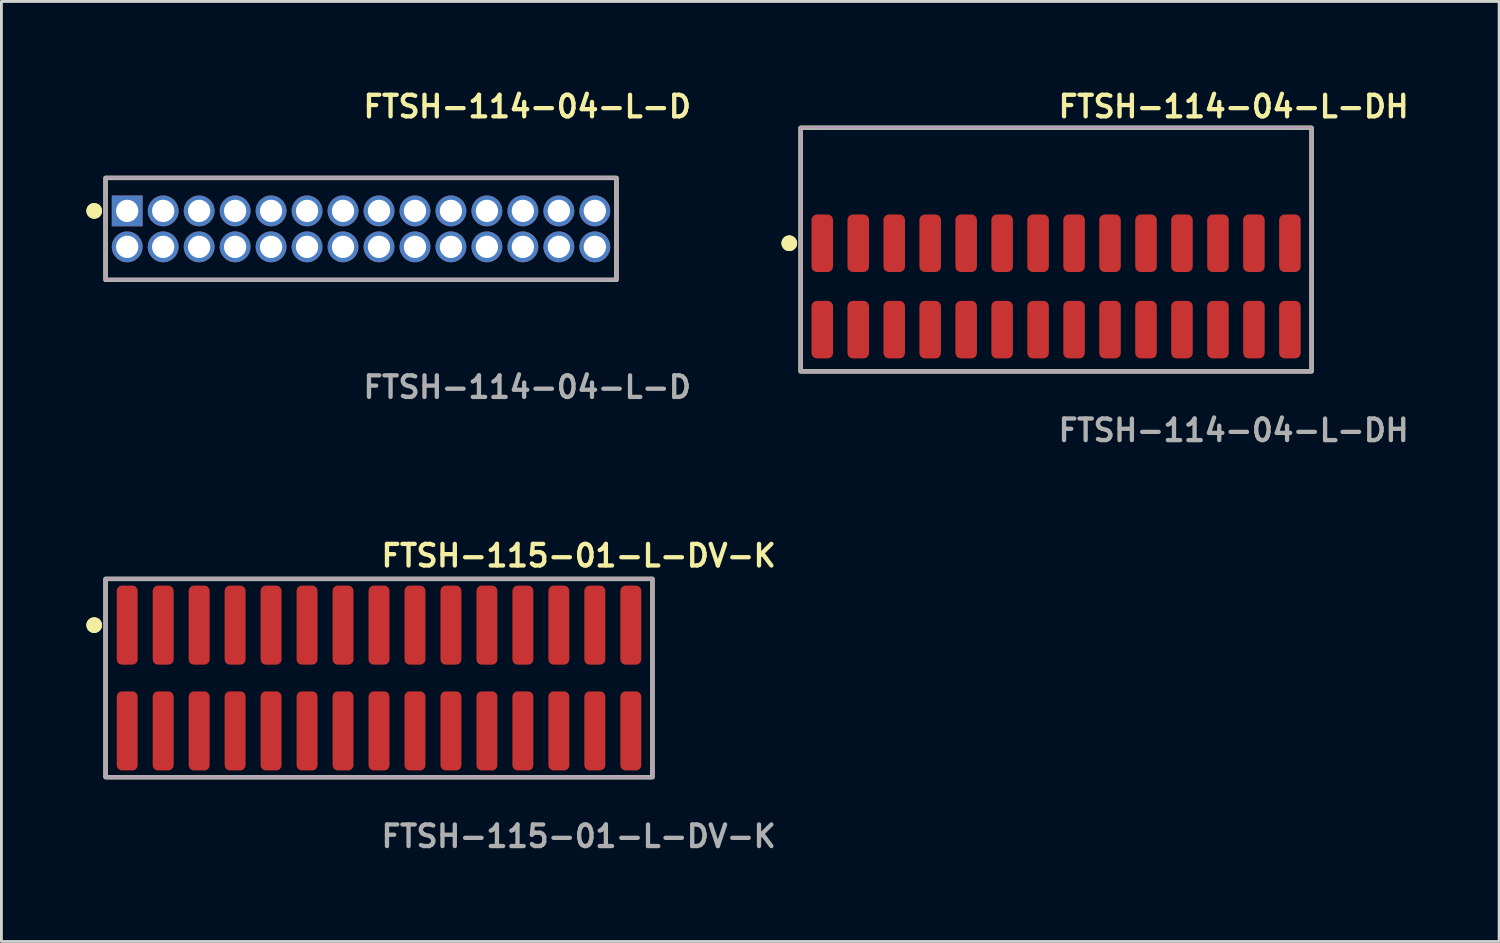
<source format=kicad_pcb>
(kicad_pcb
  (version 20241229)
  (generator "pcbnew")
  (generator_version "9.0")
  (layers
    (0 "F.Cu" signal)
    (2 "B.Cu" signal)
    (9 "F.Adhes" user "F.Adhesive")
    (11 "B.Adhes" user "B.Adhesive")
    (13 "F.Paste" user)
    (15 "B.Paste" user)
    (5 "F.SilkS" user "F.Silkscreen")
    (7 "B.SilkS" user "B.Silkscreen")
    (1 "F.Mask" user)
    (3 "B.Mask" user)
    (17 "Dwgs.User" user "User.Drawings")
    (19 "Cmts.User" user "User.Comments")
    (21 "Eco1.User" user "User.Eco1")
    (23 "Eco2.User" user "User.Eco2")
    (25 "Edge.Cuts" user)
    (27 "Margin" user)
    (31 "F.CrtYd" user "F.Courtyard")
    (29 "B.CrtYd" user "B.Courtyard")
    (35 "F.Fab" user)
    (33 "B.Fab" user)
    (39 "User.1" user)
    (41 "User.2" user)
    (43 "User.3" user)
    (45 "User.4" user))
  (footprint "FTSH-114-04-L-D"
    (layer "F.Cu")
    (at 9.696 5.031)
    (property "Reference" "FTSH-114-04-L-D" (at 0 -4.318 0) (unlocked yes) (layer "F.SilkS") (effects (font (size 0.762 0.762) (thickness 0.152)) (justify left)))
    (fp_rect (start -9.02 1.8) (end 9.02 -1.8) (stroke (width 0.152) (type solid)) (fill no) (layer "F.SilkS"))
    (fp_circle (center -9.42 -0.635) (end -9.62 -0.635) (stroke (width 0.152) (type solid)) (fill yes) (layer "F.SilkS"))
    (fp_circle (center -9.42 -0.635) (end -9.62 -0.635) (stroke (width 0.152) (type solid)) (fill yes) (layer "F.SilkS"))
    (fp_rect (start -9.02 1.8) (end 9.02 -1.8) (stroke (width 0.006) (type solid)) (fill no) (layer "F.CrtYd"))
    (fp_rect (start -9.02 1.8) (end 9.02 -1.8) (stroke (width 0.152) (type solid)) (fill no) (layer "F.Fab"))
    (fp_text user "${REFERENCE}" (at 0 5.588 0) (unlocked yes) (layer "F.Fab") (effects (font (size 0.762 0.762) (thickness 0.152)) (justify left)))
    (pad "1" thru_hole rect (at -8.255 -0.635) (size 1.087 1.087) (drill 0.787) (layers "*.Cu" "*.Mask"))
    (pad "2" thru_hole circle (at -8.255 0.635) (size 1.087 1.087) (drill 0.787) (layers "*.Cu" "*.Mask"))
    (pad "3" thru_hole circle (at -6.985 -0.635) (size 1.087 1.087) (drill 0.787) (layers "*.Cu" "*.Mask"))
    (pad "4" thru_hole circle (at -6.985 0.635) (size 1.087 1.087) (drill 0.787) (layers "*.Cu" "*.Mask"))
    (pad "5" thru_hole circle (at -5.715 -0.635) (size 1.087 1.087) (drill 0.787) (layers "*.Cu" "*.Mask"))
    (pad "6" thru_hole circle (at -5.715 0.635) (size 1.087 1.087) (drill 0.787) (layers "*.Cu" "*.Mask"))
    (pad "7" thru_hole circle (at -4.445 -0.635) (size 1.087 1.087) (drill 0.787) (layers "*.Cu" "*.Mask"))
    (pad "8" thru_hole circle (at -4.445 0.635) (size 1.087 1.087) (drill 0.787) (layers "*.Cu" "*.Mask"))
    (pad "9" thru_hole circle (at -3.175 -0.635) (size 1.087 1.087) (drill 0.787) (layers "*.Cu" "*.Mask"))
    (pad "10" thru_hole circle (at -3.175 0.635) (size 1.087 1.087) (drill 0.787) (layers "*.Cu" "*.Mask"))
    (pad "11" thru_hole circle (at -1.905 -0.635) (size 1.087 1.087) (drill 0.787) (layers "*.Cu" "*.Mask"))
    (pad "12" thru_hole circle (at -1.905 0.635) (size 1.087 1.087) (drill 0.787) (layers "*.Cu" "*.Mask"))
    (pad "13" thru_hole circle (at -0.635 -0.635) (size 1.087 1.087) (drill 0.787) (layers "*.Cu" "*.Mask"))
    (pad "14" thru_hole circle (at -0.635 0.635) (size 1.087 1.087) (drill 0.787) (layers "*.Cu" "*.Mask"))
    (pad "15" thru_hole circle (at 0.635 -0.635) (size 1.087 1.087) (drill 0.787) (layers "*.Cu" "*.Mask"))
    (pad "16" thru_hole circle (at 0.635 0.635) (size 1.087 1.087) (drill 0.787) (layers "*.Cu" "*.Mask"))
    (pad "17" thru_hole circle (at 1.905 -0.635) (size 1.087 1.087) (drill 0.787) (layers "*.Cu" "*.Mask"))
    (pad "18" thru_hole circle (at 1.905 0.635) (size 1.087 1.087) (drill 0.787) (layers "*.Cu" "*.Mask"))
    (pad "19" thru_hole circle (at 3.175 -0.635) (size 1.087 1.087) (drill 0.787) (layers "*.Cu" "*.Mask"))
    (pad "20" thru_hole circle (at 3.175 0.635) (size 1.087 1.087) (drill 0.787) (layers "*.Cu" "*.Mask"))
    (pad "21" thru_hole circle (at 4.445 -0.635) (size 1.087 1.087) (drill 0.787) (layers "*.Cu" "*.Mask"))
    (pad "22" thru_hole circle (at 4.445 0.635) (size 1.087 1.087) (drill 0.787) (layers "*.Cu" "*.Mask"))
    (pad "23" thru_hole circle (at 5.715 -0.635) (size 1.087 1.087) (drill 0.787) (layers "*.Cu" "*.Mask"))
    (pad "24" thru_hole circle (at 5.715 0.635) (size 1.087 1.087) (drill 0.787) (layers "*.Cu" "*.Mask"))
    (pad "25" thru_hole circle (at 6.985 -0.635) (size 1.087 1.087) (drill 0.787) (layers "*.Cu" "*.Mask"))
    (pad "26" thru_hole circle (at 6.985 0.635) (size 1.087 1.087) (drill 0.787) (layers "*.Cu" "*.Mask"))
    (pad "27" thru_hole circle (at 8.255 -0.635) (size 1.087 1.087) (drill 0.787) (layers "*.Cu" "*.Mask"))
    (pad "28" thru_hole circle (at 8.255 0.635) (size 1.087 1.087) (drill 0.787) (layers "*.Cu" "*.Mask")))
  (footprint "FTSH-115-01-L-DV-K"
    (layer "F.Cu")
    (at 10.331 20.888)
    (property "Reference" "FTSH-115-01-L-DV-K" (at 0 -4.318 0) (unlocked yes) (layer "F.SilkS") (effects (font (size 0.762 0.762) (thickness 0.152)) (justify left)))
    (fp_rect (start -9.655 3.5) (end 9.655 -3.5) (stroke (width 0.152) (type solid)) (fill no) (layer "F.SilkS"))
    (fp_circle (center -10.055 -1.867) (end -10.255 -1.867) (stroke (width 0.152) (type solid)) (fill yes) (layer "F.SilkS"))
    (fp_circle (center -10.055 -1.867) (end -10.255 -1.867) (stroke (width 0.152) (type solid)) (fill yes) (layer "F.SilkS"))
    (fp_rect (start -9.655 3.5) (end 9.655 -3.5) (stroke (width 0.006) (type solid)) (fill no) (layer "F.CrtYd"))
    (fp_rect (start -9.655 3.5) (end 9.655 -3.5) (stroke (width 0.152) (type solid)) (fill no) (layer "F.Fab"))
    (fp_text user "${REFERENCE}" (at 0 5.588 0) (unlocked yes) (layer "F.Fab") (effects (font (size 0.762 0.762) (thickness 0.152)) (justify left)))
    (pad "1" smd roundrect (at -8.89 -1.867) (size 0.74 2.79) (layers "F.Cu" "F.Paste") (roundrect_rratio 0.25))
    (pad "2" smd roundrect (at -8.89 1.867) (size 0.74 2.79) (layers "F.Cu" "F.Paste") (roundrect_rratio 0.25))
    (pad "3" smd roundrect (at -7.62 -1.867) (size 0.74 2.79) (layers "F.Cu" "F.Paste") (roundrect_rratio 0.25))
    (pad "4" smd roundrect (at -7.62 1.867) (size 0.74 2.79) (layers "F.Cu" "F.Paste") (roundrect_rratio 0.25))
    (pad "5" smd roundrect (at -6.35 -1.867) (size 0.74 2.79) (layers "F.Cu" "F.Paste") (roundrect_rratio 0.25))
    (pad "6" smd roundrect (at -6.35 1.867) (size 0.74 2.79) (layers "F.Cu" "F.Paste") (roundrect_rratio 0.25))
    (pad "7" smd roundrect (at -5.08 -1.867) (size 0.74 2.79) (layers "F.Cu" "F.Paste") (roundrect_rratio 0.25))
    (pad "8" smd roundrect (at -5.08 1.867) (size 0.74 2.79) (layers "F.Cu" "F.Paste") (roundrect_rratio 0.25))
    (pad "9" smd roundrect (at -3.81 -1.867) (size 0.74 2.79) (layers "F.Cu" "F.Paste") (roundrect_rratio 0.25))
    (pad "10" smd roundrect (at -3.81 1.867) (size 0.74 2.79) (layers "F.Cu" "F.Paste") (roundrect_rratio 0.25))
    (pad "11" smd roundrect (at -2.54 -1.867) (size 0.74 2.79) (layers "F.Cu" "F.Paste") (roundrect_rratio 0.25))
    (pad "12" smd roundrect (at -2.54 1.867) (size 0.74 2.79) (layers "F.Cu" "F.Paste") (roundrect_rratio 0.25))
    (pad "13" smd roundrect (at -1.27 -1.867) (size 0.74 2.79) (layers "F.Cu" "F.Paste") (roundrect_rratio 0.25))
    (pad "14" smd roundrect (at -1.27 1.867) (size 0.74 2.79) (layers "F.Cu" "F.Paste") (roundrect_rratio 0.25))
    (pad "15" smd roundrect (at 0 -1.867) (size 0.74 2.79) (layers "F.Cu" "F.Paste") (roundrect_rratio 0.25))
    (pad "16" smd roundrect (at 0 1.867) (size 0.74 2.79) (layers "F.Cu" "F.Paste") (roundrect_rratio 0.25))
    (pad "17" smd roundrect (at 1.27 -1.867) (size 0.74 2.79) (layers "F.Cu" "F.Paste") (roundrect_rratio 0.25))
    (pad "18" smd roundrect (at 1.27 1.867) (size 0.74 2.79) (layers "F.Cu" "F.Paste") (roundrect_rratio 0.25))
    (pad "19" smd roundrect (at 2.54 -1.867) (size 0.74 2.79) (layers "F.Cu" "F.Paste") (roundrect_rratio 0.25))
    (pad "20" smd roundrect (at 2.54 1.867) (size 0.74 2.79) (layers "F.Cu" "F.Paste") (roundrect_rratio 0.25))
    (pad "21" smd roundrect (at 3.81 -1.867) (size 0.74 2.79) (layers "F.Cu" "F.Paste") (roundrect_rratio 0.25))
    (pad "22" smd roundrect (at 3.81 1.867) (size 0.74 2.79) (layers "F.Cu" "F.Paste") (roundrect_rratio 0.25))
    (pad "23" smd roundrect (at 5.08 -1.867) (size 0.74 2.79) (layers "F.Cu" "F.Paste") (roundrect_rratio 0.25))
    (pad "24" smd roundrect (at 5.08 1.867) (size 0.74 2.79) (layers "F.Cu" "F.Paste") (roundrect_rratio 0.25))
    (pad "25" smd roundrect (at 6.35 -1.867) (size 0.74 2.79) (layers "F.Cu" "F.Paste") (roundrect_rratio 0.25))
    (pad "26" smd roundrect (at 6.35 1.867) (size 0.74 2.79) (layers "F.Cu" "F.Paste") (roundrect_rratio 0.25))
    (pad "27" smd roundrect (at 7.62 -1.867) (size 0.74 2.79) (layers "F.Cu" "F.Paste") (roundrect_rratio 0.25))
    (pad "28" smd roundrect (at 7.62 1.867) (size 0.74 2.79) (layers "F.Cu" "F.Paste") (roundrect_rratio 0.25))
    (pad "29" smd roundrect (at 8.89 -1.867) (size 0.74 2.79) (layers "F.Cu" "F.Paste") (roundrect_rratio 0.25))
    (pad "30" smd roundrect (at 8.89 1.867) (size 0.74 2.79) (layers "F.Cu" "F.Paste") (roundrect_rratio 0.25)))
  (footprint "FTSH-114-04-L-DH"
    (layer "F.Cu")
    (at 34.236 7.063)
    (property "Reference" "FTSH-114-04-L-DH" (at 0 -6.35 0) (unlocked yes) (layer "F.SilkS") (effects (font (size 0.762 0.762) (thickness 0.152)) (justify left)))
    (fp_rect (start -9.02 3) (end 9.02 -5.6) (stroke (width 0.152) (type solid)) (fill no) (layer "F.SilkS"))
    (fp_circle (center -9.42 -1.525) (end -9.62 -1.525) (stroke (width 0.152) (type solid)) (fill yes) (layer "F.SilkS"))
    (fp_circle (center -9.42 -1.525) (end -9.62 -1.525) (stroke (width 0.152) (type solid)) (fill yes) (layer "F.SilkS"))
    (fp_rect (start -9.02 3) (end 9.02 -5.6) (stroke (width 0.006) (type solid)) (fill no) (layer "F.CrtYd"))
    (fp_rect (start -9.02 3) (end 9.02 -5.6) (stroke (width 0.152) (type solid)) (fill no) (layer "F.Fab"))
    (fp_text user "${REFERENCE}" (at 0 5.08 0) (unlocked yes) (layer "F.Fab") (effects (font (size 0.762 0.762) (thickness 0.152)) (justify left)))
    (pad "1" smd roundrect (at -8.255 -1.525) (size 0.76 2.03) (layers "F.Cu" "F.Paste") (roundrect_rratio 0.25))
    (pad "2" smd roundrect (at -8.255 1.525) (size 0.76 2.03) (layers "F.Cu" "F.Paste") (roundrect_rratio 0.25))
    (pad "3" smd roundrect (at -6.985 -1.525) (size 0.76 2.03) (layers "F.Cu" "F.Paste") (roundrect_rratio 0.25))
    (pad "4" smd roundrect (at -6.985 1.525) (size 0.76 2.03) (layers "F.Cu" "F.Paste") (roundrect_rratio 0.25))
    (pad "5" smd roundrect (at -5.715 -1.525) (size 0.76 2.03) (layers "F.Cu" "F.Paste") (roundrect_rratio 0.25))
    (pad "6" smd roundrect (at -5.715 1.525) (size 0.76 2.03) (layers "F.Cu" "F.Paste") (roundrect_rratio 0.25))
    (pad "7" smd roundrect (at -4.445 -1.525) (size 0.76 2.03) (layers "F.Cu" "F.Paste") (roundrect_rratio 0.25))
    (pad "8" smd roundrect (at -4.445 1.525) (size 0.76 2.03) (layers "F.Cu" "F.Paste") (roundrect_rratio 0.25))
    (pad "9" smd roundrect (at -3.175 -1.525) (size 0.76 2.03) (layers "F.Cu" "F.Paste") (roundrect_rratio 0.25))
    (pad "10" smd roundrect (at -3.175 1.525) (size 0.76 2.03) (layers "F.Cu" "F.Paste") (roundrect_rratio 0.25))
    (pad "11" smd roundrect (at -1.905 -1.525) (size 0.76 2.03) (layers "F.Cu" "F.Paste") (roundrect_rratio 0.25))
    (pad "12" smd roundrect (at -1.905 1.525) (size 0.76 2.03) (layers "F.Cu" "F.Paste") (roundrect_rratio 0.25))
    (pad "13" smd roundrect (at -0.635 -1.525) (size 0.76 2.03) (layers "F.Cu" "F.Paste") (roundrect_rratio 0.25))
    (pad "14" smd roundrect (at -0.635 1.525) (size 0.76 2.03) (layers "F.Cu" "F.Paste") (roundrect_rratio 0.25))
    (pad "15" smd roundrect (at 0.635 -1.525) (size 0.76 2.03) (layers "F.Cu" "F.Paste") (roundrect_rratio 0.25))
    (pad "16" smd roundrect (at 0.635 1.525) (size 0.76 2.03) (layers "F.Cu" "F.Paste") (roundrect_rratio 0.25))
    (pad "17" smd roundrect (at 1.905 -1.525) (size 0.76 2.03) (layers "F.Cu" "F.Paste") (roundrect_rratio 0.25))
    (pad "18" smd roundrect (at 1.905 1.525) (size 0.76 2.03) (layers "F.Cu" "F.Paste") (roundrect_rratio 0.25))
    (pad "19" smd roundrect (at 3.175 -1.525) (size 0.76 2.03) (layers "F.Cu" "F.Paste") (roundrect_rratio 0.25))
    (pad "20" smd roundrect (at 3.175 1.525) (size 0.76 2.03) (layers "F.Cu" "F.Paste") (roundrect_rratio 0.25))
    (pad "21" smd roundrect (at 4.445 -1.525) (size 0.76 2.03) (layers "F.Cu" "F.Paste") (roundrect_rratio 0.25))
    (pad "22" smd roundrect (at 4.445 1.525) (size 0.76 2.03) (layers "F.Cu" "F.Paste") (roundrect_rratio 0.25))
    (pad "23" smd roundrect (at 5.715 -1.525) (size 0.76 2.03) (layers "F.Cu" "F.Paste") (roundrect_rratio 0.25))
    (pad "24" smd roundrect (at 5.715 1.525) (size 0.76 2.03) (layers "F.Cu" "F.Paste") (roundrect_rratio 0.25))
    (pad "25" smd roundrect (at 6.985 -1.525) (size 0.76 2.03) (layers "F.Cu" "F.Paste") (roundrect_rratio 0.25))
    (pad "26" smd roundrect (at 6.985 1.525) (size 0.76 2.03) (layers "F.Cu" "F.Paste") (roundrect_rratio 0.25))
    (pad "27" smd roundrect (at 8.255 -1.525) (size 0.76 2.03) (layers "F.Cu" "F.Paste") (roundrect_rratio 0.25))
    (pad "28" smd roundrect (at 8.255 1.525) (size 0.76 2.03) (layers "F.Cu" "F.Paste") (roundrect_rratio 0.25)))
  (gr_rect
    (start -3 -3)
    (end 49.878 30.189)
    (stroke (width 0.1) (type default))
    (fill no)
    (layer "Edge.Cuts")))
</source>
